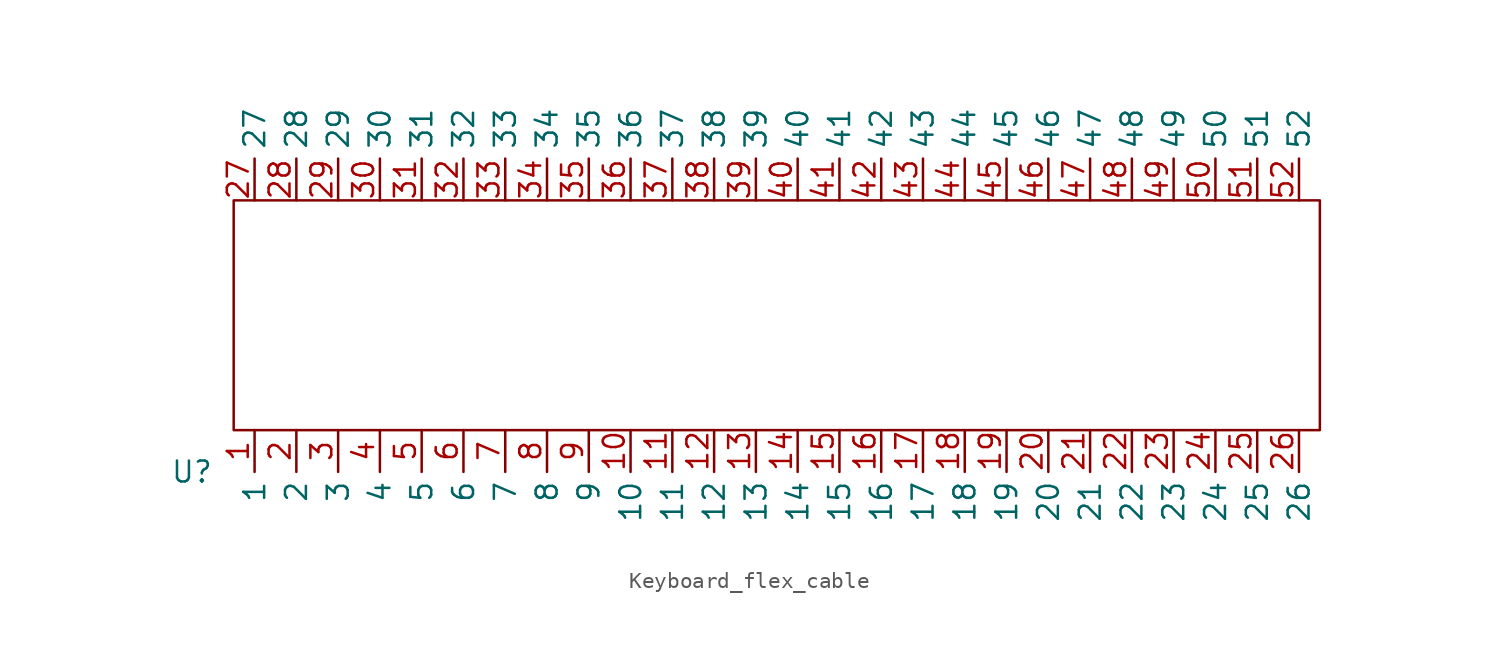
<source format=kicad_sym>
(kicad_symbol_lib
  (version 20231120)
  (generator "kicad_symbol_editor")
  (generator_version "8.0")
  (symbol "Keyboard_flex_cable"
    (property "Reference" "U"
      (at 0 0 0)
      (effects (font (size 1.27 1.27))))
    (property "Value" ""
      (at 0 0 0)
      (effects (font (size 1.27 1.27))))
    (symbol "Keyboard_flex_cable_0_1"
      (rectangle (start 2.54 16.51) (end 68.58 2.54) (stroke (width 0) (type default)) (fill (type none))))
    (symbol "Keyboard_flex_cable_1_1"
      (pin input line (at 3.81 2.54 270) (length 2.54) (name "1" (effects (font (size 1.27 1.27)))) (number "1" (effects (font (size 1.27 1.27)))))
      (pin input line (at 26.67 2.54 270) (length 2.54) (name "10" (effects (font (size 1.27 1.27)))) (number "10" (effects (font (size 1.27 1.27)))))
      (pin input line (at 29.21 2.54 270) (length 2.54) (name "11" (effects (font (size 1.27 1.27)))) (number "11" (effects (font (size 1.27 1.27)))))
      (pin input line (at 31.75 2.54 270) (length 2.54) (name "12" (effects (font (size 1.27 1.27)))) (number "12" (effects (font (size 1.27 1.27)))))
      (pin input line (at 34.29 2.54 270) (length 2.54) (name "13" (effects (font (size 1.27 1.27)))) (number "13" (effects (font (size 1.27 1.27)))))
      (pin input line (at 36.83 2.54 270) (length 2.54) (name "14" (effects (font (size 1.27 1.27)))) (number "14" (effects (font (size 1.27 1.27)))))
      (pin input line (at 39.37 2.54 270) (length 2.54) (name "15" (effects (font (size 1.27 1.27)))) (number "15" (effects (font (size 1.27 1.27)))))
      (pin input line (at 41.91 2.54 270) (length 2.54) (name "16" (effects (font (size 1.27 1.27)))) (number "16" (effects (font (size 1.27 1.27)))))
      (pin input line (at 44.45 2.54 270) (length 2.54) (name "17" (effects (font (size 1.27 1.27)))) (number "17" (effects (font (size 1.27 1.27)))))
      (pin input line (at 46.99 2.54 270) (length 2.54) (name "18" (effects (font (size 1.27 1.27)))) (number "18" (effects (font (size 1.27 1.27)))))
      (pin input line (at 49.53 2.54 270) (length 2.54) (name "19" (effects (font (size 1.27 1.27)))) (number "19" (effects (font (size 1.27 1.27)))))
      (pin input line (at 6.35 2.54 270) (length 2.54) (name "2" (effects (font (size 1.27 1.27)))) (number "2" (effects (font (size 1.27 1.27)))))
      (pin input line (at 52.07 2.54 270) (length 2.54) (name "20" (effects (font (size 1.27 1.27)))) (number "20" (effects (font (size 1.27 1.27)))))
      (pin input line (at 54.61 2.54 270) (length 2.54) (name "21" (effects (font (size 1.27 1.27)))) (number "21" (effects (font (size 1.27 1.27)))))
      (pin input line (at 57.15 2.54 270) (length 2.54) (name "22" (effects (font (size 1.27 1.27)))) (number "22" (effects (font (size 1.27 1.27)))))
      (pin input line (at 59.69 2.54 270) (length 2.54) (name "23" (effects (font (size 1.27 1.27)))) (number "23" (effects (font (size 1.27 1.27)))))
      (pin input line (at 62.23 2.54 270) (length 2.54) (name "24" (effects (font (size 1.27 1.27)))) (number "24" (effects (font (size 1.27 1.27)))))
      (pin input line (at 64.77 2.54 270) (length 2.54) (name "25" (effects (font (size 1.27 1.27)))) (number "25" (effects (font (size 1.27 1.27)))))
      (pin input line (at 67.31 2.54 270) (length 2.54) (name "26" (effects (font (size 1.27 1.27)))) (number "26" (effects (font (size 1.27 1.27)))))
      (pin output line (at 3.81 16.51 90) (length 2.54) (name "27" (effects (font (size 1.27 1.27)))) (number "27" (effects (font (size 1.27 1.27)))))
      (pin output line (at 6.35 16.51 90) (length 2.54) (name "28" (effects (font (size 1.27 1.27)))) (number "28" (effects (font (size 1.27 1.27)))))
      (pin output line (at 8.89 16.51 90) (length 2.54) (name "29" (effects (font (size 1.27 1.27)))) (number "29" (effects (font (size 1.27 1.27)))))
      (pin input line (at 8.89 2.54 270) (length 2.54) (name "3" (effects (font (size 1.27 1.27)))) (number "3" (effects (font (size 1.27 1.27)))))
      (pin output line (at 11.43 16.51 90) (length 2.54) (name "30" (effects (font (size 1.27 1.27)))) (number "30" (effects (font (size 1.27 1.27)))))
      (pin output line (at 13.97 16.51 90) (length 2.54) (name "31" (effects (font (size 1.27 1.27)))) (number "31" (effects (font (size 1.27 1.27)))))
      (pin output line (at 16.51 16.51 90) (length 2.54) (name "32" (effects (font (size 1.27 1.27)))) (number "32" (effects (font (size 1.27 1.27)))))
      (pin output line (at 19.05 16.51 90) (length 2.54) (name "33" (effects (font (size 1.27 1.27)))) (number "33" (effects (font (size 1.27 1.27)))))
      (pin output line (at 21.59 16.51 90) (length 2.54) (name "34" (effects (font (size 1.27 1.27)))) (number "34" (effects (font (size 1.27 1.27)))))
      (pin output line (at 24.13 16.51 90) (length 2.54) (name "35" (effects (font (size 1.27 1.27)))) (number "35" (effects (font (size 1.27 1.27)))))
      (pin output line (at 26.67 16.51 90) (length 2.54) (name "36" (effects (font (size 1.27 1.27)))) (number "36" (effects (font (size 1.27 1.27)))))
      (pin output line (at 29.21 16.51 90) (length 2.54) (name "37" (effects (font (size 1.27 1.27)))) (number "37" (effects (font (size 1.27 1.27)))))
      (pin output line (at 31.75 16.51 90) (length 2.54) (name "38" (effects (font (size 1.27 1.27)))) (number "38" (effects (font (size 1.27 1.27)))))
      (pin output line (at 34.29 16.51 90) (length 2.54) (name "39" (effects (font (size 1.27 1.27)))) (number "39" (effects (font (size 1.27 1.27)))))
      (pin input line (at 11.43 2.54 270) (length 2.54) (name "4" (effects (font (size 1.27 1.27)))) (number "4" (effects (font (size 1.27 1.27)))))
      (pin output line (at 36.83 16.51 90) (length 2.54) (name "40" (effects (font (size 1.27 1.27)))) (number "40" (effects (font (size 1.27 1.27)))))
      (pin output line (at 39.37 16.51 90) (length 2.54) (name "41" (effects (font (size 1.27 1.27)))) (number "41" (effects (font (size 1.27 1.27)))))
      (pin output line (at 41.91 16.51 90) (length 2.54) (name "42" (effects (font (size 1.27 1.27)))) (number "42" (effects (font (size 1.27 1.27)))))
      (pin output line (at 44.45 16.51 90) (length 2.54) (name "43" (effects (font (size 1.27 1.27)))) (number "43" (effects (font (size 1.27 1.27)))))
      (pin output line (at 46.99 16.51 90) (length 2.54) (name "44" (effects (font (size 1.27 1.27)))) (number "44" (effects (font (size 1.27 1.27)))))
      (pin output line (at 49.53 16.51 90) (length 2.54) (name "45" (effects (font (size 1.27 1.27)))) (number "45" (effects (font (size 1.27 1.27)))))
      (pin output line (at 52.07 16.51 90) (length 2.54) (name "46" (effects (font (size 1.27 1.27)))) (number "46" (effects (font (size 1.27 1.27)))))
      (pin output line (at 54.61 16.51 90) (length 2.54) (name "47" (effects (font (size 1.27 1.27)))) (number "47" (effects (font (size 1.27 1.27)))))
      (pin output line (at 57.15 16.51 90) (length 2.54) (name "48" (effects (font (size 1.27 1.27)))) (number "48" (effects (font (size 1.27 1.27)))))
      (pin output line (at 59.69 16.51 90) (length 2.54) (name "49" (effects (font (size 1.27 1.27)))) (number "49" (effects (font (size 1.27 1.27)))))
      (pin input line (at 13.97 2.54 270) (length 2.54) (name "5" (effects (font (size 1.27 1.27)))) (number "5" (effects (font (size 1.27 1.27)))))
      (pin output line (at 62.23 16.51 90) (length 2.54) (name "50" (effects (font (size 1.27 1.27)))) (number "50" (effects (font (size 1.27 1.27)))))
      (pin output line (at 64.77 16.51 90) (length 2.54) (name "51" (effects (font (size 1.27 1.27)))) (number "51" (effects (font (size 1.27 1.27)))))
      (pin output line (at 67.31 16.51 90) (length 2.54) (name "52" (effects (font (size 1.27 1.27)))) (number "52" (effects (font (size 1.27 1.27)))))
      (pin input line (at 16.51 2.54 270) (length 2.54) (name "6" (effects (font (size 1.27 1.27)))) (number "6" (effects (font (size 1.27 1.27)))))
      (pin input line (at 19.05 2.54 270) (length 2.54) (name "7" (effects (font (size 1.27 1.27)))) (number "7" (effects (font (size 1.27 1.27)))))
      (pin input line (at 21.59 2.54 270) (length 2.54) (name "8" (effects (font (size 1.27 1.27)))) (number "8" (effects (font (size 1.27 1.27)))))
      (pin input line (at 24.13 2.54 270) (length 2.54) (name "9" (effects (font (size 1.27 1.27)))) (number "9" (effects (font (size 1.27 1.27))))))))
</source>
